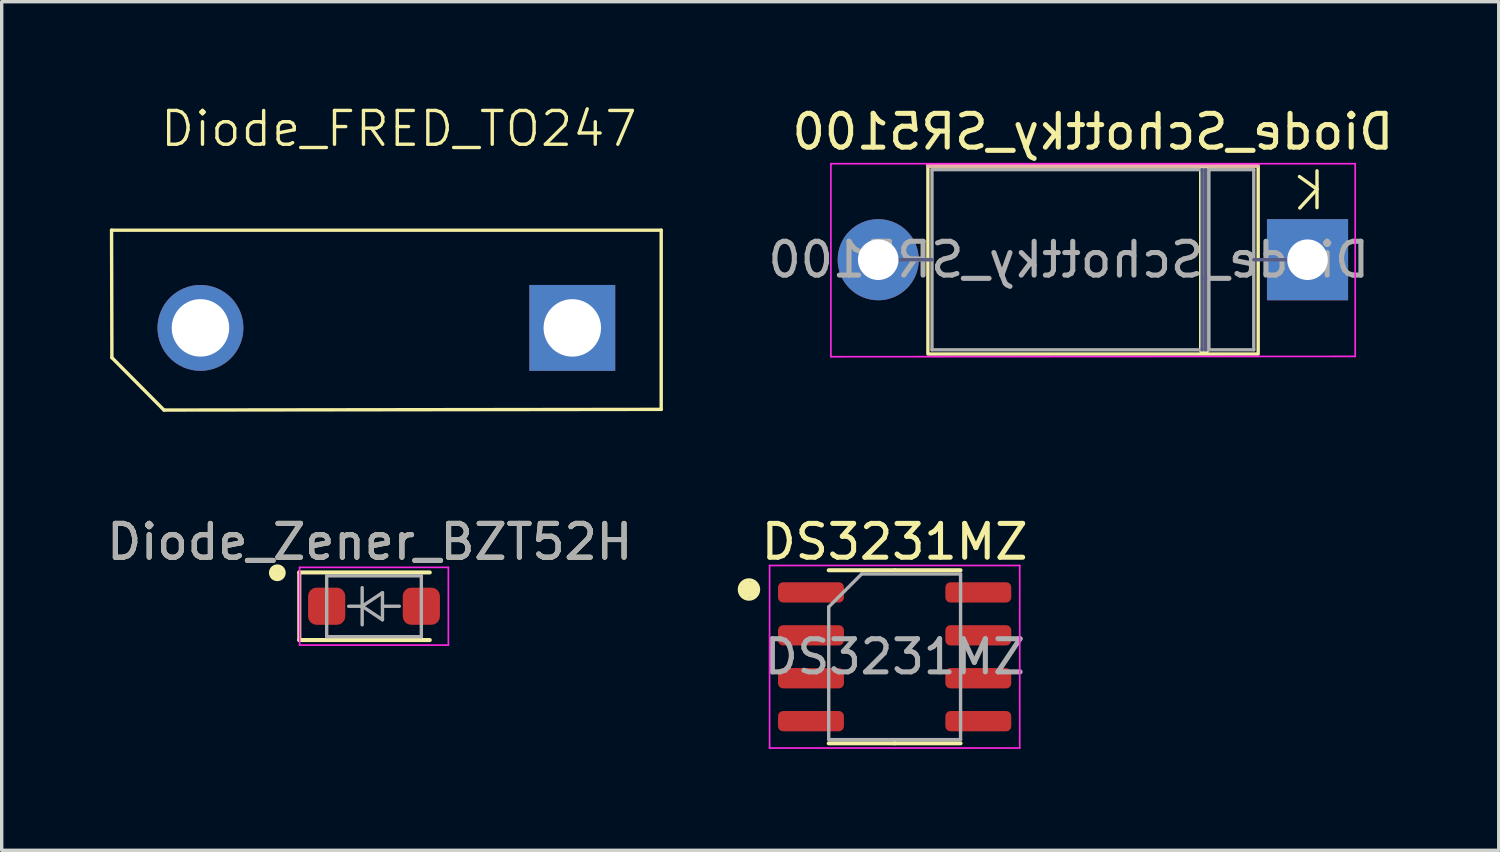
<source format=kicad_pcb>
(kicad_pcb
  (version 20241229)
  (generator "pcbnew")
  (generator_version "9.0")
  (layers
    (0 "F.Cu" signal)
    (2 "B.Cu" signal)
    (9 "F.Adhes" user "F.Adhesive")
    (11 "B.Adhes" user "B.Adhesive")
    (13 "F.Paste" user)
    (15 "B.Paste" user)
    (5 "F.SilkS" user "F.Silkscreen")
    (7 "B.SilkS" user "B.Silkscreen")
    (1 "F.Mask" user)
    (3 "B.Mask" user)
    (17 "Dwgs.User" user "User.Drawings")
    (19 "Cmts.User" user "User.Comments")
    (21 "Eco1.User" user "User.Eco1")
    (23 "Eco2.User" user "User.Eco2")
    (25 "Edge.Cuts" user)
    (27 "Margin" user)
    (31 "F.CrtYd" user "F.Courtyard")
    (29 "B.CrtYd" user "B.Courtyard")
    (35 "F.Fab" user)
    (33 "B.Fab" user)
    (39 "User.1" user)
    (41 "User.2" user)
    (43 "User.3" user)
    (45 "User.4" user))
  (footprint "DS3231MZ"
    (layer "F.Cu")
    (at 23.416 16.379)
    (property "Reference" "DS3231MZ" (at 0 -3.4 0) (layer "F.SilkS") (effects (font (size 1 1) (thickness 0.15))))
    (attr smd)
    (fp_line (start -4.52 -1.85) (end -4.38 -2.2) (stroke (width 0.1) (type default)) (layer "F.SilkS"))
    (fp_line (start -4.47 -2.19) (end -4.52 -1.85) (stroke (width 0.1) (type default)) (layer "F.SilkS"))
    (fp_line (start -4.45 -1.79) (end -4.11 -1.82) (stroke (width 0.1) (type default)) (layer "F.SilkS"))
    (fp_line (start -4.38 -2.2) (end -4.45 -1.79) (stroke (width 0.1) (type default)) (layer "F.SilkS"))
    (fp_line (start -4.38 -1.77) (end -4.235 -2.16) (stroke (width 0.1) (type default)) (layer "F.SilkS"))
    (fp_line (start -4.31 -2.18) (end -4.38 -1.77) (stroke (width 0.1) (type default)) (layer "F.SilkS"))
    (fp_line (start -4.28 -1.805) (end -4.18 -2.15) (stroke (width 0.1) (type default)) (layer "F.SilkS"))
    (fp_line (start -4.18 -2.15) (end -4.18 -1.8) (stroke (width 0.1) (type default)) (layer "F.SilkS"))
    (fp_line (start -4.18 -1.8) (end -4.1 -2.04) (stroke (width 0.1) (type default)) (layer "F.SilkS"))
    (fp_line (start -4.11 -1.82) (end -4.09 -2.12) (stroke (width 0.1) (type default)) (layer "F.SilkS"))
    (fp_line (start -4.09 -2.12) (end -4.38 -2.2) (stroke (width 0.1) (type default)) (layer "F.SilkS"))
    (fp_line (start 0 -2.56) (end -1.95 -2.56) (stroke (width 0.12) (type solid)) (layer "F.SilkS"))
    (fp_line (start 0 -2.56) (end 1.95 -2.56) (stroke (width 0.12) (type solid)) (layer "F.SilkS"))
    (fp_line (start 0 2.56) (end -1.95 2.56) (stroke (width 0.12) (type solid)) (layer "F.SilkS"))
    (fp_line (start 0 2.56) (end 1.95 2.56) (stroke (width 0.12) (type solid)) (layer "F.SilkS"))
    (fp_circle (center -4.31 -1.99) (end -4.2 -2.25) (stroke (width 0.1) (type default)) (fill no) (layer "F.SilkS"))
    (fp_line (start -3.7 -2.7) (end -3.7 2.7) (stroke (width 0.05) (type solid)) (layer "F.CrtYd"))
    (fp_line (start -3.7 2.7) (end 3.7 2.7) (stroke (width 0.05) (type solid)) (layer "F.CrtYd"))
    (fp_line (start 3.7 -2.7) (end -3.7 -2.7) (stroke (width 0.05) (type solid)) (layer "F.CrtYd"))
    (fp_line (start 3.7 2.7) (end 3.7 -2.7) (stroke (width 0.05) (type solid)) (layer "F.CrtYd"))
    (fp_line (start -1.95 -1.475) (end -0.975 -2.45) (stroke (width 0.1) (type solid)) (layer "F.Fab"))
    (fp_line (start -1.95 2.45) (end -1.95 -1.475) (stroke (width 0.1) (type solid)) (layer "F.Fab"))
    (fp_line (start -0.975 -2.45) (end 1.95 -2.45) (stroke (width 0.1) (type solid)) (layer "F.Fab"))
    (fp_line (start 1.95 -2.45) (end 1.95 2.45) (stroke (width 0.1) (type solid)) (layer "F.Fab"))
    (fp_line (start 1.95 2.45) (end -1.95 2.45) (stroke (width 0.1) (type solid)) (layer "F.Fab"))
    (fp_text user "${REFERENCE}" (at 0 0 0) (layer "F.Fab") (effects (font (size 0.98 0.98) (thickness 0.15))))
    (pad "1" smd roundrect (at -2.475 -1.905) (size 1.95 0.6) (layers "F.Cu" "F.Mask" "F.Paste") (roundrect_rratio 0.25))
    (pad "2" smd roundrect (at -2.475 -0.635) (size 1.95 0.6) (layers "F.Cu" "F.Mask" "F.Paste") (roundrect_rratio 0.25))
    (pad "3" smd roundrect (at -2.475 0.635) (size 1.95 0.6) (layers "F.Cu" "F.Mask" "F.Paste") (roundrect_rratio 0.25))
    (pad "4" smd roundrect (at -2.475 1.905) (size 1.95 0.6) (layers "F.Cu" "F.Mask" "F.Paste") (roundrect_rratio 0.25))
    (pad "5" smd roundrect (at 2.475 1.905) (size 1.95 0.6) (layers "F.Cu" "F.Mask" "F.Paste") (roundrect_rratio 0.25))
    (pad "6" smd roundrect (at 2.475 0.635) (size 1.95 0.6) (layers "F.Cu" "F.Mask" "F.Paste") (roundrect_rratio 0.25))
    (pad "7" smd roundrect (at 2.475 -0.635) (size 1.95 0.6) (layers "F.Cu" "F.Mask" "F.Paste") (roundrect_rratio 0.25))
    (pad "8" smd roundrect (at 2.475 -1.905) (size 1.95 0.6) (layers "F.Cu" "F.Mask" "F.Paste") (roundrect_rratio 0.25)))
  (footprint "Diode_Schottky_SR5100"
    (layer "F.Cu")
    (at 35.63 4.633)
    (property "Reference" "Diode_Schottky_SR5100" (at -6.35 -3.785 0) (layer "F.SilkS") (effects (font (size 1 1) (thickness 0.15)) (justify mirror)))
    (attr through_hole)
    (fp_line (start -3.06 -2.67) (end -3.06 2.67) (stroke (width 0.3) (type default)) (layer "F.SilkS"))
    (fp_line (start 0.28 -2.63) (end 0.28 -1.54) (stroke (width 0.1) (type default)) (layer "F.SilkS"))
    (fp_line (start 0.28 -2.085) (end -0.24 -2.46) (stroke (width 0.1) (type default)) (layer "F.SilkS"))
    (fp_line (start 0.28 -2.085) (end -0.23 -1.53) (stroke (width 0.1) (type default)) (layer "F.SilkS"))
    (fp_rect (start -11.23 -2.77) (end -1.46 2.79) (stroke (width 0.1) (type default)) (fill no) (layer "F.SilkS"))
    (fp_line (start -11.23 0) (end -11.26 0) (stroke (width 0.12) (type solid)) (layer "B.SilkS"))
    (fp_line (start -1.47 -2.785) (end -11.23 -2.785) (stroke (width 0.12) (type solid)) (layer "B.SilkS"))
    (fp_line (start -14.1 -2.84) (end 1.41 -2.84) (stroke (width 0.05) (type default)) (layer "F.CrtYd"))
    (fp_line (start -14.1 2.87) (end -14.1 -2.84) (stroke (width 0.05) (type default)) (layer "F.CrtYd"))
    (fp_line (start 1.41 -2.84) (end 1.41 2.86) (stroke (width 0.05) (type default)) (layer "F.CrtYd"))
    (fp_line (start 1.41 2.86) (end -14.1 2.87) (stroke (width 0.05) (type default)) (layer "F.CrtYd"))
    (fp_line (start -11.11 0) (end -12.7 0) (stroke (width 0.1) (type solid)) (layer "B.Fab"))
    (fp_line (start -3.118 2.665) (end -3.118 -2.665) (stroke (width 0.1) (type solid)) (layer "B.Fab"))
    (fp_line (start -3.018 2.665) (end -3.018 -2.665) (stroke (width 0.1) (type solid)) (layer "B.Fab"))
    (fp_line (start -1.59 0) (end 0 0) (stroke (width 0.1) (type solid)) (layer "B.Fab"))
    (fp_line (start -11.11 -2.665) (end -11.11 2.665) (stroke (width 0.1) (type solid)) (layer "F.Fab"))
    (fp_line (start -11.11 2.665) (end -1.59 2.665) (stroke (width 0.1) (type solid)) (layer "F.Fab"))
    (fp_line (start -2.918 2.665) (end -2.918 -2.665) (stroke (width 0.1) (type solid)) (layer "F.Fab"))
    (fp_line (start -1.59 -2.665) (end -11.11 -2.665) (stroke (width 0.1) (type solid)) (layer "F.Fab"))
    (fp_line (start -1.59 2.665) (end -1.59 -2.665) (stroke (width 0.1) (type solid)) (layer "F.Fab"))
    (fp_text user "${REFERENCE}" (at -7.064 0 0) (layer "F.Fab") (effects (font (size 1 1) (thickness 0.15)) (justify mirror)))
    (pad "1" thru_hole rect (at 0 0) (size 2.4 2.4) (drill 1.2) (layers "*.Cu" "*.Mask"))
    (pad "2" thru_hole oval (at -12.7 0) (size 2.4 2.4) (drill 1.2) (layers "*.Cu" "*.Mask")))
  (footprint "Diode_Zener_BZT52H"
    (layer "F.Cu")
    (at 8.014 14.884)
    (property "Reference" "Diode_Zener_BZT52H" (at -0.127 -1.905 0) (layer "F.SilkS") (effects (font (size 1 1) (thickness 0.15))))
    (attr smd)
    (fp_line (start -2.98 -1.12) (end -2.98 -0.85) (stroke (width 0.1) (type default)) (layer "F.SilkS"))
    (fp_line (start -2.98 -0.85) (end -2.87 -1.115) (stroke (width 0.1) (type default)) (layer "F.SilkS"))
    (fp_line (start -2.98 -0.85) (end -2.73 -0.86) (stroke (width 0.1) (type default)) (layer "F.SilkS"))
    (fp_line (start -2.92 -0.85) (end -2.87 -1.115) (stroke (width 0.1) (type default)) (layer "F.SilkS"))
    (fp_line (start -2.855 -0.855) (end -2.76 -1.11) (stroke (width 0.1) (type default)) (layer "F.SilkS"))
    (fp_line (start -2.76 -1.11) (end -2.98 -1.12) (stroke (width 0.1) (type default)) (layer "F.SilkS"))
    (fp_line (start -2.73 -0.86) (end -2.76 -1.11) (stroke (width 0.1) (type default)) (layer "F.SilkS"))
    (fp_line (start -2.21 -1) (end -2.21 1) (stroke (width 0.12) (type solid)) (layer "F.SilkS"))
    (fp_line (start -2.21 -1) (end 1.65 -1) (stroke (width 0.12) (type solid)) (layer "F.SilkS"))
    (fp_line (start -2.21 1) (end 1.65 1) (stroke (width 0.12) (type solid)) (layer "F.SilkS"))
    (fp_circle (center -2.86 -0.99) (end -2.72 -0.85) (stroke (width 0.1) (type default)) (fill no) (layer "F.SilkS"))
    (fp_line (start -2.2 -1.15) (end -2.2 1.15) (stroke (width 0.05) (type solid)) (layer "F.CrtYd"))
    (fp_line (start -2.2 -1.15) (end 2.2 -1.15) (stroke (width 0.05) (type solid)) (layer "F.CrtYd"))
    (fp_line (start 2.2 -1.15) (end 2.2 1.15) (stroke (width 0.05) (type solid)) (layer "F.CrtYd"))
    (fp_line (start 2.2 1.15) (end -2.2 1.15) (stroke (width 0.05) (type solid)) (layer "F.CrtYd"))
    (fp_line (start -1.4 -0.9) (end 1.4 -0.9) (stroke (width 0.1) (type solid)) (layer "F.Fab"))
    (fp_line (start -1.4 0.9) (end -1.4 -0.9) (stroke (width 0.1) (type solid)) (layer "F.Fab"))
    (fp_line (start -0.75 0) (end -0.35 0) (stroke (width 0.1) (type solid)) (layer "F.Fab"))
    (fp_line (start -0.35 0) (end -0.35 -0.55) (stroke (width 0.1) (type solid)) (layer "F.Fab"))
    (fp_line (start -0.35 0) (end -0.35 0.55) (stroke (width 0.1) (type solid)) (layer "F.Fab"))
    (fp_line (start -0.35 0) (end 0.25 -0.4) (stroke (width 0.1) (type solid)) (layer "F.Fab"))
    (fp_line (start 0.25 -0.4) (end 0.25 0.4) (stroke (width 0.1) (type solid)) (layer "F.Fab"))
    (fp_line (start 0.25 0) (end 0.75 0) (stroke (width 0.1) (type solid)) (layer "F.Fab"))
    (fp_line (start 0.25 0.4) (end -0.35 0) (stroke (width 0.1) (type solid)) (layer "F.Fab"))
    (fp_line (start 1.4 -0.9) (end 1.4 0.9) (stroke (width 0.1) (type solid)) (layer "F.Fab"))
    (fp_line (start 1.4 0.9) (end -1.4 0.9) (stroke (width 0.1) (type solid)) (layer "F.Fab"))
    (fp_text user "${REFERENCE}" (at -0.127 -1.905 0) (layer "F.Fab") (effects (font (size 1 1) (thickness 0.15))))
    (pad "1" smd roundrect (at -1.4 0) (size 1.1 1.1) (layers "F.Cu" "F.Mask" "F.Paste") (roundrect_rratio 0.227))
    (pad "2" smd roundrect (at 1.4 0) (size 1.1 1.1) (layers "F.Cu" "F.Mask" "F.Paste") (roundrect_rratio 0.227)))
  (footprint "Diode_FRED_TO247"
    (layer "F.Cu")
    (at 0.25 3.76)
    (property "Reference" "Diode_FRED_TO247" (at 8.5 -3 0) (unlocked yes) (layer "F.SilkS") (effects (font (size 1 1) (thickness 0.1))))
    (attr through_hole)
    (fp_line (start 0 0) (end 0.01 3.77) (stroke (width 0.1) (type default)) (layer "F.SilkS"))
    (fp_line (start 0 0) (end 16.26 0) (stroke (width 0.1) (type default)) (layer "F.SilkS"))
    (fp_line (start 0.01 3.77) (end 1.55 5.32) (stroke (width 0.1) (type default)) (layer "F.SilkS"))
    (fp_line (start 16.26 0) (end 16.26 5.3) (stroke (width 0.1) (type default)) (layer "F.SilkS"))
    (fp_line (start 16.26 5.3) (end 1.55 5.32) (stroke (width 0.1) (type default)) (layer "F.SilkS"))
    (pad "1" thru_hole rect (at 13.63 2.89) (size 2.54 2.54) (drill 1.7) (layers "*.Cu" "*.Mask"))
    (pad "2" thru_hole circle (at 2.63 2.89) (size 2.54 2.54) (drill 1.7) (layers "*.Cu" "*.Mask")))
  (gr_rect
    (start -3 -3)
    (end 41.286 22.104)
    (stroke (width 0.1) (type default))
    (fill no)
    (layer "Edge.Cuts")))
</source>
